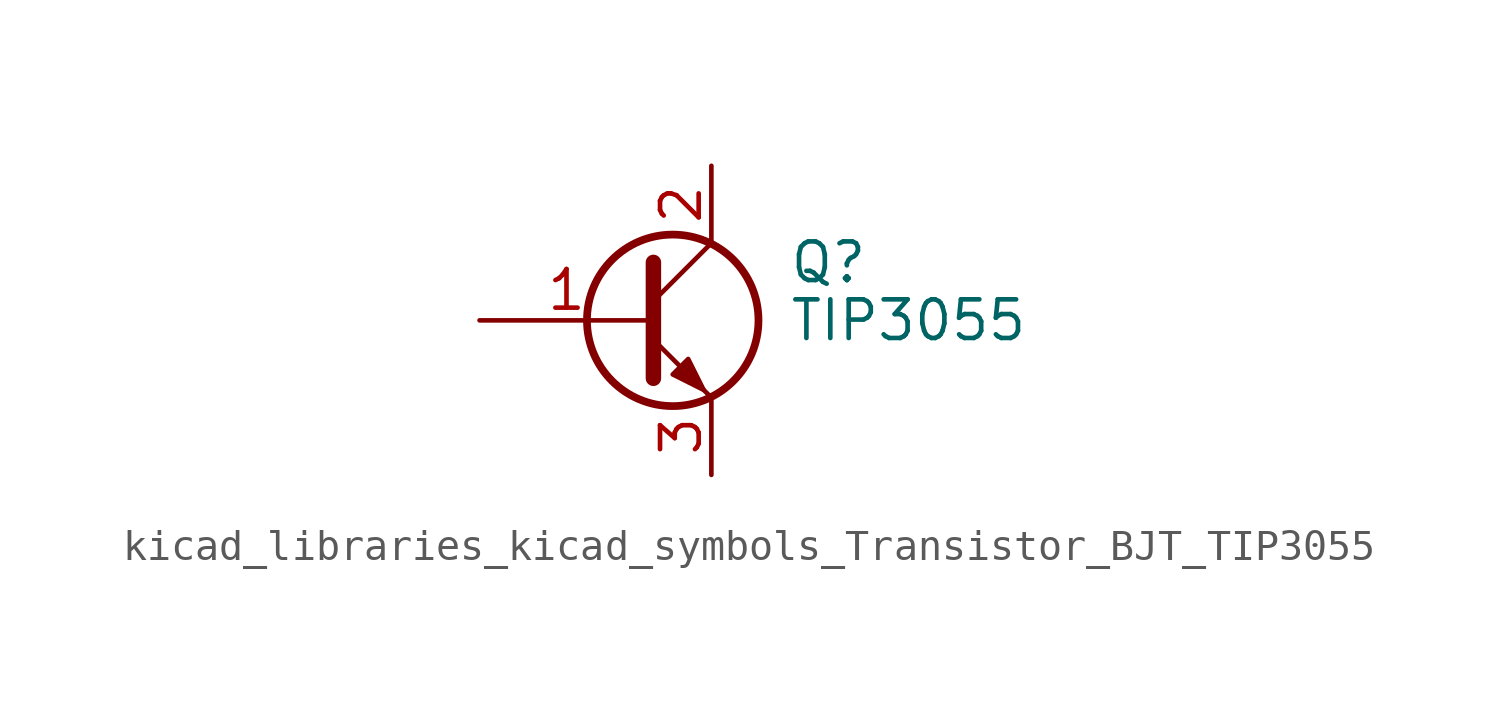
<source format=kicad_sym>
(kicad_symbol_lib
  (version 20220914)
  (generator kicad_symbol_editor)
  (symbol "kicad_libraries_kicad_symbols_Transistor_BJT_TIP3055"
    (pin_names
      (offset 0) hide)
    (property "Reference" "Q"
      (at 5.08 1.905 0)
      (effects (font (size 1.27 1.27)) (justify left)))
    (property "Value" "TIP3055"
      (at 5.08 0 0)
      (effects (font (size 1.27 1.27)) (justify left)))
    (symbol "kicad_libraries_kicad_symbols_Transistor_BJT_TIP3055_0_1"
      (polyline (pts (xy 0.635 0.635) (xy 2.54 2.54)) (stroke (width 0) (type default)) (fill (type none)))
      (polyline (pts (xy 0.635 -0.635) (xy 2.54 -2.54) (xy 2.54 -2.54)) (stroke (width 0) (type default)) (fill (type none)))
      (polyline (pts (xy 0.635 1.905) (xy 0.635 -1.905) (xy 0.635 -1.905)) (stroke (width 0.508) (type default)) (fill (type none)))
      (polyline (pts (xy 1.27 -1.778) (xy 1.778 -1.27) (xy 2.286 -2.286) (xy 1.27 -1.778) (xy 1.27 -1.778)) (stroke (width 0) (type default)) (fill (type outline)))
      (circle (center 1.27 0) (radius 2.819) (stroke (width 0.254) (type default)) (fill (type none))))
    (symbol "kicad_libraries_kicad_symbols_Transistor_BJT_TIP3055_1_1"
      (pin input line (at -5.08 0 0) (length 5.715) (name "B" (effects (font (size 1.27 1.27)))) (number "1" (effects (font (size 1.27 1.27)))))
      (pin passive line (at 2.54 5.08 270) (length 2.54) (name "C" (effects (font (size 1.27 1.27)))) (number "2" (effects (font (size 1.27 1.27)))))
      (pin passive line (at 2.54 -5.08 90) (length 2.54) (name "E" (effects (font (size 1.27 1.27)))) (number "3" (effects (font (size 1.27 1.27))))))))
</source>
